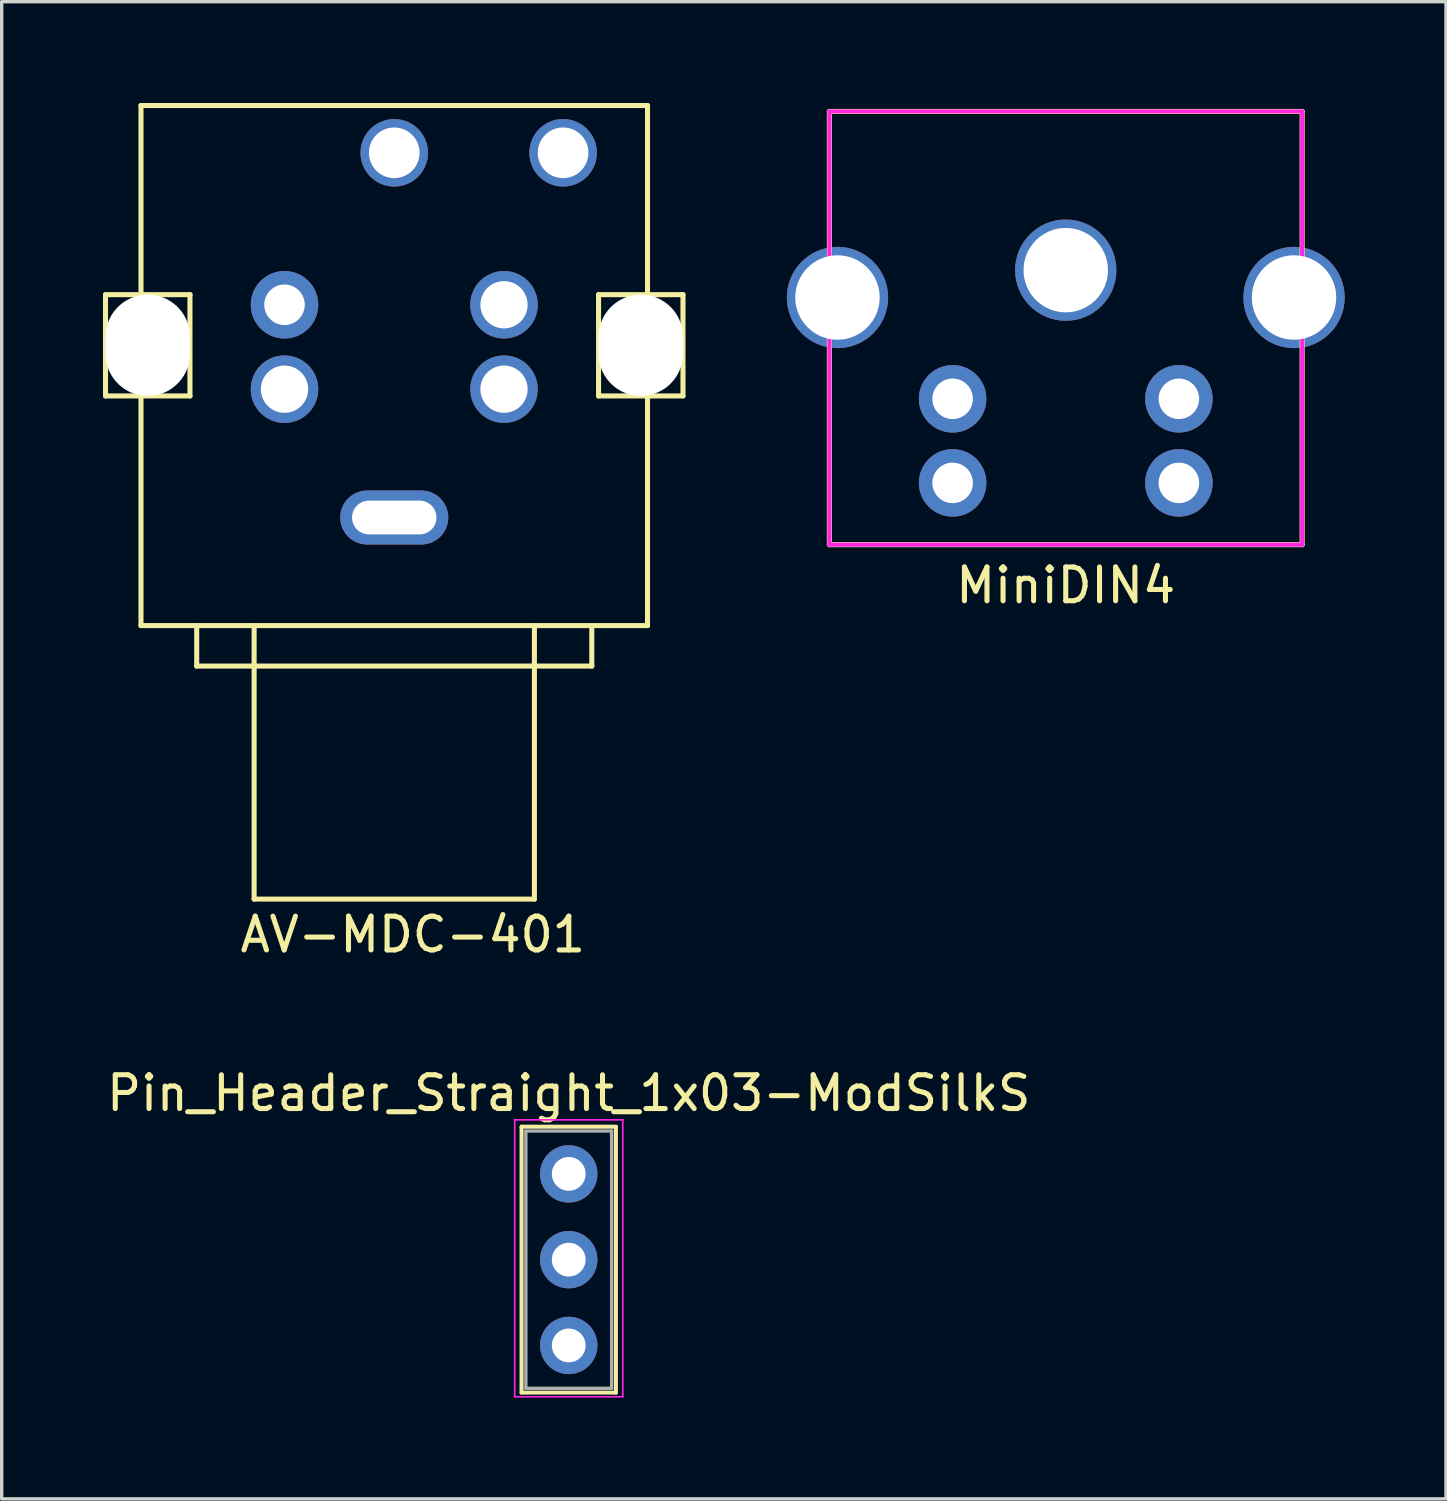
<source format=kicad_pcb>
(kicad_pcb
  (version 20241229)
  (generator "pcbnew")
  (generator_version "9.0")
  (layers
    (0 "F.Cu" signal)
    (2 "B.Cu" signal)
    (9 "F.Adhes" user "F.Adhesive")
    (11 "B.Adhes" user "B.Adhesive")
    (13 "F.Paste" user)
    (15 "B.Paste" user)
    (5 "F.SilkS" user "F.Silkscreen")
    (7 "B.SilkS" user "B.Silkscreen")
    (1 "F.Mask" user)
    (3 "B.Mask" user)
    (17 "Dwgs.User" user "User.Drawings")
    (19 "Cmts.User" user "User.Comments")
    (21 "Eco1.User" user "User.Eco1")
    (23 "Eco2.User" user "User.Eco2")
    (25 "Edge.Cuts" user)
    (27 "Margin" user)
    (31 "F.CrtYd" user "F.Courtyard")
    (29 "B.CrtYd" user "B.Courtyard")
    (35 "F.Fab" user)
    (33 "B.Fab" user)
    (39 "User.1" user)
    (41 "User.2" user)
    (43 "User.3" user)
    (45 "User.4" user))
  (footprint "Pin_Header_Straight_1x03-ModSilkS"
    (layer "F.Cu")
    (at 13.792 31.712)
    (property "Reference" "Pin_Header_Straight_1x03-ModSilkS" (at 0 -2.39 0) (layer "F.SilkS") (effects (font (size 1 1) (thickness 0.15))))
    (attr through_hole)
    (fp_line (start -1.397 -1.397) (end -1.397 6.477) (stroke (width 0.12) (type solid)) (layer "F.SilkS"))
    (fp_line (start -1.397 6.477) (end 1.397 6.477) (stroke (width 0.12) (type solid)) (layer "F.SilkS"))
    (fp_line (start 1.397 -1.397) (end -1.397 -1.397) (stroke (width 0.12) (type solid)) (layer "F.SilkS"))
    (fp_line (start 1.397 6.477) (end 1.397 -1.397) (stroke (width 0.12) (type solid)) (layer "F.SilkS"))
    (fp_line (start -1.6 -1.6) (end -1.6 6.6) (stroke (width 0.05) (type solid)) (layer "F.CrtYd"))
    (fp_line (start -1.6 6.6) (end 1.6 6.6) (stroke (width 0.05) (type solid)) (layer "F.CrtYd"))
    (fp_line (start 1.6 -1.6) (end -1.6 -1.6) (stroke (width 0.05) (type solid)) (layer "F.CrtYd"))
    (fp_line (start 1.6 6.6) (end 1.6 -1.6) (stroke (width 0.05) (type solid)) (layer "F.CrtYd"))
    (fp_line (start -1.27 -1.27) (end -1.27 6.35) (stroke (width 0.1) (type solid)) (layer "F.Fab"))
    (fp_line (start -1.27 6.35) (end 1.27 6.35) (stroke (width 0.1) (type solid)) (layer "F.Fab"))
    (fp_line (start 1.27 -1.27) (end -1.27 -1.27) (stroke (width 0.1) (type solid)) (layer "F.Fab"))
    (fp_line (start 1.27 6.35) (end 1.27 -1.27) (stroke (width 0.1) (type solid)) (layer "F.Fab"))
    (pad "1" thru_hole circle (at 0 0) (size 1.7 1.7) (drill 1) (layers "*.Cu" "*.Mask"))
    (pad "2" thru_hole oval (at 0 2.54) (size 1.7 1.7) (drill 1) (layers "*.Cu" "*.Mask"))
    (pad "3" thru_hole oval (at 0 5.08) (size 1.7 1.7) (drill 1) (layers "*.Cu" "*.Mask")))
  (footprint "AV-MDC-401"
    (layer "F.Cu")
    (at 1.125 15.475)
    (property "Reference" "AV-MDC-401" (at 8.05 9.15 0) (layer "F.SilkS") (effects (font (size 1 1) (thickness 0.15))))
    (attr through_hole)
    (fp_line (start -1.05 -9.8) (end -1.05 -6.8) (stroke (width 0.15) (type solid)) (layer "F.SilkS"))
    (fp_line (start -1.05 -9.8) (end 1.45 -9.8) (stroke (width 0.15) (type solid)) (layer "F.SilkS"))
    (fp_line (start 0 -15.4) (end 15 -15.4) (stroke (width 0.15) (type solid)) (layer "F.SilkS"))
    (fp_line (start 0 -9.8) (end 0 -15.4) (stroke (width 0.15) (type solid)) (layer "F.SilkS"))
    (fp_line (start 0 -6.8) (end 0 0) (stroke (width 0.15) (type solid)) (layer "F.SilkS"))
    (fp_line (start 1.45 -9.8) (end 1.45 -6.8) (stroke (width 0.15) (type solid)) (layer "F.SilkS"))
    (fp_line (start 1.45 -6.8) (end -1.05 -6.8) (stroke (width 0.15) (type solid)) (layer "F.SilkS"))
    (fp_line (start 1.65 1.2) (end 1.65 0) (stroke (width 0.15) (type solid)) (layer "F.SilkS"))
    (fp_line (start 1.65 1.2) (end 13.35 1.2) (stroke (width 0.15) (type solid)) (layer "F.SilkS"))
    (fp_line (start 3.35 8.1) (end 3.35 0) (stroke (width 0.15) (type solid)) (layer "F.SilkS"))
    (fp_line (start 3.35 8.1) (end 11.65 8.1) (stroke (width 0.15) (type solid)) (layer "F.SilkS"))
    (fp_line (start 11.65 8.1) (end 11.65 0) (stroke (width 0.15) (type solid)) (layer "F.SilkS"))
    (fp_line (start 13.35 1.2) (end 13.35 0) (stroke (width 0.15) (type solid)) (layer "F.SilkS"))
    (fp_line (start 13.55 -9.8) (end 13.55 -6.8) (stroke (width 0.15) (type solid)) (layer "F.SilkS"))
    (fp_line (start 13.55 -9.8) (end 16.05 -9.8) (stroke (width 0.15) (type solid)) (layer "F.SilkS"))
    (fp_line (start 15 -9.8) (end 15 -15.4) (stroke (width 0.15) (type solid)) (layer "F.SilkS"))
    (fp_line (start 15 -6.8) (end 15 0) (stroke (width 0.15) (type solid)) (layer "F.SilkS"))
    (fp_line (start 15 0) (end 0 0) (stroke (width 0.15) (type solid)) (layer "F.SilkS"))
    (fp_line (start 16.05 -9.8) (end 16.05 -6.8) (stroke (width 0.15) (type solid)) (layer "F.SilkS"))
    (fp_line (start 16.05 -6.8) (end 13.55 -6.8) (stroke (width 0.15) (type solid)) (layer "F.SilkS"))
    (pad "" np_thru_hole oval (at 0.2 -8.3) (size 2.5 3) (drill oval 2.5 3) (layers "*.Cu" "*.Mask"))
    (pad "" np_thru_hole oval (at 7.5 -3.2) (size 3.2 1.6) (drill oval 2.5 1) (layers "*.Cu" "*.Mask"))
    (pad "" np_thru_hole oval (at 14.8 -8.3) (size 2.5 3) (drill oval 2.5 3) (layers "*.Cu" "*.Mask"))
    (pad "1" thru_hole circle (at 10.75 -7) (size 2 2) (drill 1.4) (layers "*.Cu" "*.Mask"))
    (pad "2" thru_hole circle (at 4.25 -7) (size 2 2) (drill 1.4) (layers "*.Cu" "*.Mask"))
    (pad "3" thru_hole circle (at 10.75 -9.5) (size 2 2) (drill 1.4) (layers "*.Cu" "*.Mask"))
    (pad "4" thru_hole circle (at 4.25 -9.5) (size 2 2) (drill 1.2) (layers "*.Cu" "*.Mask"))
    (pad "5" thru_hole circle (at 12.5 -14) (size 2 2) (drill 1.5) (layers "*.Cu" "*.Mask"))
    (pad "6" thru_hole circle (at 7.5 -14) (size 2 2) (drill 1.5) (layers "*.Cu" "*.Mask")))
  (footprint "MiniDIN4"
    (layer "F.Cu")
    (at 28.51 0.25)
    (property "Reference" "MiniDIN4" (at 0 14.035 0) (layer "F.SilkS") (effects (font (size 1 1) (thickness 0.15))))
    (attr through_hole)
    (fp_line (start -7 0) (end -7 12.83) (stroke (width 0.15) (type solid)) (layer "F.SilkS"))
    (fp_line (start -7 12.83) (end 7 12.83) (stroke (width 0.15) (type solid)) (layer "F.SilkS"))
    (fp_line (start 7 0) (end -7 0) (stroke (width 0.15) (type solid)) (layer "F.SilkS"))
    (fp_line (start 7 12.83) (end 7 0) (stroke (width 0.15) (type solid)) (layer "F.SilkS"))
    (fp_line (start -7 0) (end -7 12.83) (stroke (width 0.12) (type solid)) (layer "F.CrtYd"))
    (fp_line (start -7 12.83) (end 7 12.83) (stroke (width 0.12) (type solid)) (layer "F.CrtYd"))
    (fp_line (start 7 0) (end -7 0) (stroke (width 0.12) (type solid)) (layer "F.CrtYd"))
    (fp_line (start 7 12.83) (end 7 0) (stroke (width 0.12) (type solid)) (layer "F.CrtYd"))
    (pad "1" thru_hole circle (at 3.35 8.51) (size 2 2) (drill 1.2) (layers "*.Cu" "*.Mask"))
    (pad "2" thru_hole circle (at -3.35 8.51) (size 2 2) (drill 1.2) (layers "*.Cu" "*.Mask"))
    (pad "3" thru_hole circle (at 3.35 11) (size 2 2) (drill 1.2) (layers "*.Cu" "*.Mask"))
    (pad "4" thru_hole circle (at -3.35 11) (size 2 2) (drill 1.2) (layers "*.Cu" "*.Mask"))
    (pad "5" thru_hole circle (at -6.76 5.51) (size 3 3) (drill 2.5) (layers "*.Cu" "*.Mask"))
    (pad "5" thru_hole circle (at 0 4.7) (size 3 3) (drill 2.5) (layers "*.Cu" "*.Mask"))
    (pad "5" thru_hole circle (at 6.76 5.51) (size 3 3) (drill 2.5) (layers "*.Cu" "*.Mask")))
  (gr_rect
    (start -3 -3)
    (end 39.77 41.337)
    (stroke (width 0.1) (type default))
    (fill no)
    (layer "Edge.Cuts")))
</source>
